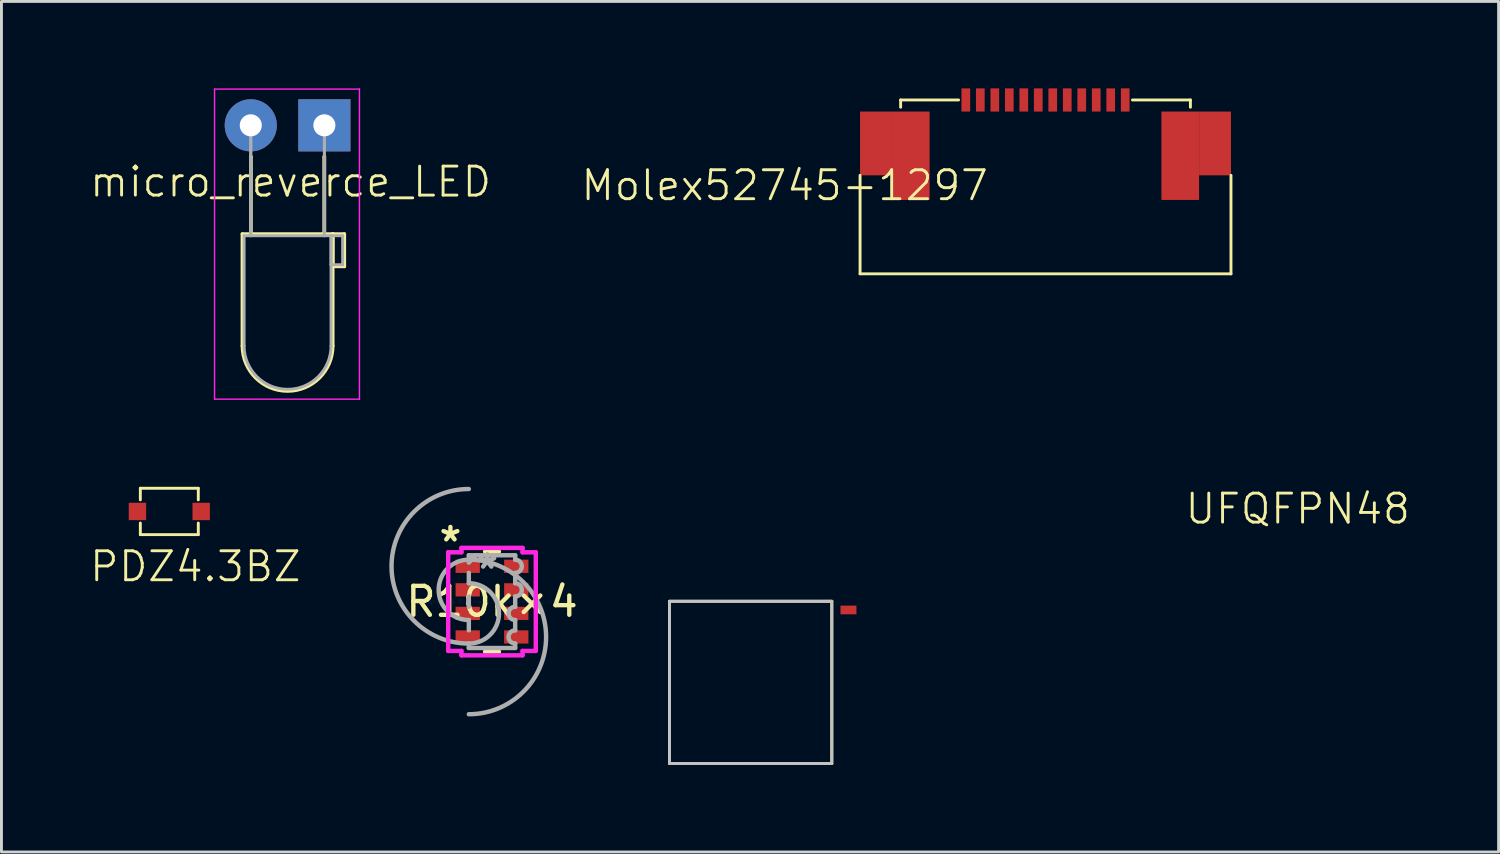
<source format=kicad_pcb>
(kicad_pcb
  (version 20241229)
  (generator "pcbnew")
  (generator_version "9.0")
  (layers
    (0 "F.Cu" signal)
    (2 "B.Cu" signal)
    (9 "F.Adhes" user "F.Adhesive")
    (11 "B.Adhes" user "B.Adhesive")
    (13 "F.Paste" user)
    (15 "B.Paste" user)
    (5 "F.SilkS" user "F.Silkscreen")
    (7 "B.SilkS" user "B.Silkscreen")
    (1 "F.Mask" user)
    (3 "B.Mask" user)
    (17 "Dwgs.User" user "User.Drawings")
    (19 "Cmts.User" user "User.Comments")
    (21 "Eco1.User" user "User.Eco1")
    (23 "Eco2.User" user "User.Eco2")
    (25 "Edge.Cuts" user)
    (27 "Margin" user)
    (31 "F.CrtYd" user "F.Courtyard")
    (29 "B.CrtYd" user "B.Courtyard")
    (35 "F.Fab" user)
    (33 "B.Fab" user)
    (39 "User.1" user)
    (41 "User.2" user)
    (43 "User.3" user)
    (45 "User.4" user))
  (footprint "Molex52745-1297"
    (layer "F.Cu")
    (at 33.031 0.9)
    (property "Reference" "Molex52745-1297" (at -9 2.45 0) (layer "F.SilkS") (effects (font (size 1 1) (thickness 0.1))))
    (attr through_hole)
    (fp_line (start -6.4 2.1) (end -6.4 5.5) (stroke (width 0.1) (type solid)) (layer "F.SilkS"))
    (fp_line (start -6.4 5.5) (end 6.4 5.5) (stroke (width 0.1) (type solid)) (layer "F.SilkS"))
    (fp_line (start -5 -0.5) (end -5 -0.25) (stroke (width 0.1) (type solid)) (layer "F.SilkS"))
    (fp_line (start -3 -0.5) (end -5 -0.5) (stroke (width 0.1) (type solid)) (layer "F.SilkS"))
    (fp_line (start 3 -0.5) (end 5 -0.5) (stroke (width 0.1) (type solid)) (layer "F.SilkS"))
    (fp_line (start 5 -0.5) (end 5 -0.25) (stroke (width 0.1) (type solid)) (layer "F.SilkS"))
    (fp_line (start 6.4 2.1) (end 6.4 5.5) (stroke (width 0.1) (type solid)) (layer "F.SilkS"))
    (pad "" smd custom (at -5.85 1) (size 1.1 2.2) (layers "F.Cu" "F.Mask" "F.Paste") (options (anchor rect)) (primitives))
    (pad "" smd custom (at -4.65 1.425) (size 1.3 3.05) (layers "F.Cu" "F.Mask" "F.Paste") (options (anchor rect)) (primitives))
    (pad "" smd custom (at 4.65 1.425) (size 1.3 3.05) (layers "F.Cu" "F.Mask" "F.Paste") (options (anchor rect)) (primitives))
    (pad "" smd custom (at 5.85 1) (size 1.1 2.2) (layers "F.Cu" "F.Mask" "F.Paste") (options (anchor rect)) (primitives))
    (pad "1" smd custom (at 2.75 -0.5) (size 0.3 0.8) (layers "F.Cu" "F.Mask" "F.Paste") (options (anchor rect)) (primitives))
    (pad "2" smd custom (at 2.25 -0.5) (size 0.3 0.8) (layers "F.Cu" "F.Mask" "F.Paste") (options (anchor rect)) (primitives))
    (pad "3" smd custom (at 1.75 -0.5) (size 0.3 0.8) (layers "F.Cu" "F.Mask" "F.Paste") (options (anchor rect)) (primitives))
    (pad "4" smd custom (at 1.25 -0.5) (size 0.3 0.8) (layers "F.Cu" "F.Mask" "F.Paste") (options (anchor rect)) (primitives))
    (pad "5" smd custom (at 0.75 -0.5) (size 0.3 0.8) (layers "F.Cu" "F.Mask" "F.Paste") (options (anchor rect)) (primitives))
    (pad "6" smd custom (at 0.25 -0.5) (size 0.3 0.8) (layers "F.Cu" "F.Mask" "F.Paste") (options (anchor rect)) (primitives))
    (pad "7" smd custom (at -0.25 -0.5) (size 0.3 0.8) (layers "F.Cu" "F.Mask" "F.Paste") (options (anchor rect)) (primitives))
    (pad "8" smd custom (at -0.75 -0.5) (size 0.3 0.8) (layers "F.Cu" "F.Mask" "F.Paste") (options (anchor rect)) (primitives))
    (pad "9" smd custom (at -1.25 -0.5) (size 0.3 0.8) (layers "F.Cu" "F.Mask" "F.Paste") (options (anchor rect)) (primitives))
    (pad "10" smd custom (at -1.75 -0.5) (size 0.3 0.8) (layers "F.Cu" "F.Mask" "F.Paste") (options (anchor rect)) (primitives))
    (pad "11" smd custom (at -2.25 -0.5) (size 0.3 0.8) (layers "F.Cu" "F.Mask" "F.Paste") (options (anchor rect)) (primitives))
    (pad "12" smd custom (at -2.75 -0.5) (size 0.3 0.8) (layers "F.Cu" "F.Mask" "F.Paste") (options (anchor rect)) (primitives)))
  (footprint "micro_reverce_LED"
    (layer "F.Cu")
    (at 5.604 1.275)
    (property "Reference" "micro_reverce_LED" (at 1.375 1.95 0) (layer "F.SilkS") (effects (font (size 1 1) (thickness 0.1))))
    (attr through_hole)
    (fp_line (start -0.29 3.75) (end -0.29 7.61) (stroke (width 0.12) (type solid)) (layer "F.SilkS"))
    (fp_line (start -0.29 3.75) (end 2.83 3.75) (stroke (width 0.12) (type solid)) (layer "F.SilkS"))
    (fp_line (start 0 1.08) (end 0 1.08) (stroke (width 0.12) (type solid)) (layer "F.SilkS"))
    (fp_line (start 0 1.08) (end 0 3.75) (stroke (width 0.12) (type solid)) (layer "F.SilkS"))
    (fp_line (start 0 3.75) (end 0 1.08) (stroke (width 0.12) (type solid)) (layer "F.SilkS"))
    (fp_line (start 0 3.75) (end 0 3.75) (stroke (width 0.12) (type solid)) (layer "F.SilkS"))
    (fp_line (start 2.54 1.08) (end 2.54 1.08) (stroke (width 0.12) (type solid)) (layer "F.SilkS"))
    (fp_line (start 2.54 1.08) (end 2.54 3.75) (stroke (width 0.12) (type solid)) (layer "F.SilkS"))
    (fp_line (start 2.54 3.75) (end 2.54 1.08) (stroke (width 0.12) (type solid)) (layer "F.SilkS"))
    (fp_line (start 2.54 3.75) (end 2.54 3.75) (stroke (width 0.12) (type solid)) (layer "F.SilkS"))
    (fp_line (start 2.83 3.75) (end 2.83 7.61) (stroke (width 0.12) (type solid)) (layer "F.SilkS"))
    (fp_line (start 2.83 3.75) (end 3.23 3.75) (stroke (width 0.12) (type solid)) (layer "F.SilkS"))
    (fp_line (start 2.83 4.87) (end 2.83 3.75) (stroke (width 0.12) (type solid)) (layer "F.SilkS"))
    (fp_line (start 3.23 3.75) (end 3.23 4.87) (stroke (width 0.12) (type solid)) (layer "F.SilkS"))
    (fp_line (start 3.23 4.87) (end 2.83 4.87) (stroke (width 0.12) (type solid)) (layer "F.SilkS"))
    (fp_arc (start 2.83 7.61) (mid 1.27 9.17) (end -0.29 7.61) (stroke (width 0.12) (type solid)) (layer "F.SilkS"))
    (fp_line (start -1.25 -1.25) (end -1.25 9.45) (stroke (width 0.05) (type solid)) (layer "F.CrtYd"))
    (fp_line (start -1.25 9.45) (end 3.75 9.45) (stroke (width 0.05) (type solid)) (layer "F.CrtYd"))
    (fp_line (start 3.75 -1.25) (end -1.25 -1.25) (stroke (width 0.05) (type solid)) (layer "F.CrtYd"))
    (fp_line (start 3.75 9.45) (end 3.75 -1.25) (stroke (width 0.05) (type solid)) (layer "F.CrtYd"))
    (fp_line (start -0.23 3.81) (end -0.23 7.61) (stroke (width 0.1) (type solid)) (layer "F.Fab"))
    (fp_line (start -0.23 3.81) (end 2.77 3.81) (stroke (width 0.1) (type solid)) (layer "F.Fab"))
    (fp_line (start 0 0) (end 0 0) (stroke (width 0.1) (type solid)) (layer "F.Fab"))
    (fp_line (start 0 0) (end 0 3.81) (stroke (width 0.1) (type solid)) (layer "F.Fab"))
    (fp_line (start 0 3.81) (end 0 0) (stroke (width 0.1) (type solid)) (layer "F.Fab"))
    (fp_line (start 0 3.81) (end 0 3.81) (stroke (width 0.1) (type solid)) (layer "F.Fab"))
    (fp_line (start 2.54 0) (end 2.54 0) (stroke (width 0.1) (type solid)) (layer "F.Fab"))
    (fp_line (start 2.54 0) (end 2.54 3.81) (stroke (width 0.1) (type solid)) (layer "F.Fab"))
    (fp_line (start 2.54 3.81) (end 2.54 0) (stroke (width 0.1) (type solid)) (layer "F.Fab"))
    (fp_line (start 2.54 3.81) (end 2.54 3.81) (stroke (width 0.1) (type solid)) (layer "F.Fab"))
    (fp_line (start 2.77 3.81) (end 2.77 7.61) (stroke (width 0.1) (type solid)) (layer "F.Fab"))
    (fp_line (start 2.77 3.81) (end 3.17 3.81) (stroke (width 0.1) (type solid)) (layer "F.Fab"))
    (fp_line (start 2.77 4.81) (end 2.77 3.81) (stroke (width 0.1) (type solid)) (layer "F.Fab"))
    (fp_line (start 3.17 3.81) (end 3.17 4.81) (stroke (width 0.1) (type solid)) (layer "F.Fab"))
    (fp_line (start 3.17 4.81) (end 2.77 4.81) (stroke (width 0.1) (type solid)) (layer "F.Fab"))
    (fp_arc (start 2.77 7.61) (mid 1.27 9.11) (end -0.23 7.61) (stroke (width 0.1) (type solid)) (layer "F.Fab"))
    (pad "1" thru_hole rect (at 2.54 0) (size 1.8 1.8) (drill 0.762) (layers "*.Cu" "*.Mask"))
    (pad "2" thru_hole circle (at 0 0) (size 1.8 1.8) (drill 0.762) (layers "*.Cu" "*.Mask")))
  (footprint "R10k×4"
    (layer "F.Cu")
    (at 13.929 17.712)
    (property "Reference" "R10k×4" (at 0 0 0) (layer "F.SilkS") (effects (font (size 1 1) (thickness 0.15))))
    (attr through_hole)
    (fp_line (start -0.238 -1.727) (end 0.238 -1.727) (stroke (width 0.152) (type solid)) (layer "F.SilkS"))
    (fp_line (start -0.238 1.727) (end 0.238 1.727) (stroke (width 0.152) (type solid)) (layer "F.SilkS"))
    (fp_line (start -1.511 -1.702) (end -1.054 -1.702) (stroke (width 0.152) (type solid)) (layer "F.CrtYd"))
    (fp_line (start -1.511 1.702) (end -1.511 -1.702) (stroke (width 0.152) (type solid)) (layer "F.CrtYd"))
    (fp_line (start -1.054 -1.854) (end 1.054 -1.854) (stroke (width 0.152) (type solid)) (layer "F.CrtYd"))
    (fp_line (start -1.054 -1.702) (end -1.054 -1.854) (stroke (width 0.152) (type solid)) (layer "F.CrtYd"))
    (fp_line (start -1.054 1.702) (end -1.511 1.702) (stroke (width 0.152) (type solid)) (layer "F.CrtYd"))
    (fp_line (start -1.054 1.854) (end -1.054 1.702) (stroke (width 0.152) (type solid)) (layer "F.CrtYd"))
    (fp_line (start 1.054 -1.854) (end 1.054 -1.702) (stroke (width 0.152) (type solid)) (layer "F.CrtYd"))
    (fp_line (start 1.054 -1.702) (end 1.511 -1.702) (stroke (width 0.152) (type solid)) (layer "F.CrtYd"))
    (fp_line (start 1.054 1.702) (end 1.054 1.854) (stroke (width 0.152) (type solid)) (layer "F.CrtYd"))
    (fp_line (start 1.054 1.854) (end -1.054 1.854) (stroke (width 0.152) (type solid)) (layer "F.CrtYd"))
    (fp_line (start 1.511 -1.702) (end 1.511 1.702) (stroke (width 0.152) (type solid)) (layer "F.CrtYd"))
    (fp_line (start 1.511 1.702) (end 1.054 1.702) (stroke (width 0.152) (type solid)) (layer "F.CrtYd"))
    (fp_line (start -0.8 -1.6) (end 0.8 -1.6) (stroke (width 0.152) (type solid)) (layer "F.Fab"))
    (fp_line (start -0.8 -1.448) (end -0.8 -1.6) (stroke (width 0.152) (type solid)) (layer "F.Fab"))
    (fp_line (start -0.8 -0.991) (end -0.8 -0.635) (stroke (width 0.152) (type solid)) (layer "F.Fab"))
    (fp_line (start -0.8 -0.178) (end -0.8 0.178) (stroke (width 0.152) (type solid)) (layer "F.Fab"))
    (fp_line (start -0.8 0.635) (end -0.8 0.991) (stroke (width 0.152) (type solid)) (layer "F.Fab"))
    (fp_line (start -0.8 1.448) (end -0.8 1.6) (stroke (width 0.152) (type solid)) (layer "F.Fab"))
    (fp_line (start -0.8 1.6) (end 0.8 1.6) (stroke (width 0.152) (type solid)) (layer "F.Fab"))
    (fp_line (start -0.546 -1.6) (end -0.8 -1.346) (stroke (width 0.152) (type solid)) (layer "F.Fab"))
    (fp_line (start 0.8 -1.448) (end 0.8 -1.6) (stroke (width 0.152) (type solid)) (layer "F.Fab"))
    (fp_line (start 0.8 -0.991) (end 0.8 -0.635) (stroke (width 0.152) (type solid)) (layer "F.Fab"))
    (fp_line (start 0.8 -0.178) (end 0.8 0.178) (stroke (width 0.152) (type solid)) (layer "F.Fab"))
    (fp_line (start 0.8 0.635) (end 0.8 0.991) (stroke (width 0.152) (type solid)) (layer "F.Fab"))
    (fp_line (start 0.8 1.448) (end 0.8 1.6) (stroke (width 0.152) (type solid)) (layer "F.Fab"))
    (fp_arc (start -0.8001 -1.4478) (mid 1.8669 1.2192) (end -0.8001 3.8862) (stroke (width 0.1524) (type solid)) (layer "F.Fab"))
    (fp_arc (start -0.8001 -0.635) (mid 0.2413 0.4064) (end -0.8001 1.4478) (stroke (width 0.1524) (type solid)) (layer "F.Fab"))
    (fp_arc (start -0.8001 0.635) (mid -1.8415 -0.4064) (end -0.8001 -1.4478) (stroke (width 0.1524) (type solid)) (layer "F.Fab"))
    (fp_arc (start -0.8001 1.4478) (mid -3.4671 -1.2192) (end -0.8001 -3.8862) (stroke (width 0.1524) (type solid)) (layer "F.Fab"))
    (fp_arc (start 0.8001 -1.4478) (mid 1.0287 -1.2192) (end 0.8001 -0.9906) (stroke (width 0.1524) (type solid)) (layer "F.Fab"))
    (fp_arc (start 0.8001 -0.635) (mid 1.0287 -0.4064) (end 0.8001 -0.1778) (stroke (width 0.1524) (type solid)) (layer "F.Fab"))
    (fp_arc (start 0.8001 0.635) (mid 0.5715 0.4064) (end 0.8001 0.1778) (stroke (width 0.1524) (type solid)) (layer "F.Fab"))
    (fp_arc (start 0.8001 1.4478) (mid 0.5715 1.2192) (end 0.8001 0.9906) (stroke (width 0.1524) (type solid)) (layer "F.Fab"))
    (fp_text user "*" (at -1.435 -2.032 0) (layer "F.SilkS") (effects (font (size 1 1) (thickness 0.15))))
    (fp_text user "Copyright 2016 Accelerated Designs. All rights reserved." (at 0 0 0) (layer "Cmts.User") (effects (font (size 0.127 0.127) (thickness 0.002))))
    (fp_text user "*" (at -0.165 -1.092 0) (layer "F.Fab") (effects (font (size 1 1) (thickness 0.15))))
    (pad "1" smd rect (at -0.838 -1.219) (size 0.838 0.457) (layers "F.Cu" "F.Mask" "F.Paste"))
    (pad "2" smd rect (at -0.838 -0.406) (size 0.838 0.457) (layers "F.Cu" "F.Mask" "F.Paste"))
    (pad "3" smd rect (at -0.838 0.406) (size 0.838 0.457) (layers "F.Cu" "F.Mask" "F.Paste"))
    (pad "4" smd rect (at -0.838 1.219) (size 0.838 0.457) (layers "F.Cu" "F.Mask" "F.Paste"))
    (pad "5" smd rect (at 0.838 1.219) (size 0.838 0.457) (layers "F.Cu" "F.Mask" "F.Paste"))
    (pad "6" smd rect (at 0.838 0.406) (size 0.838 0.457) (layers "F.Cu" "F.Mask" "F.Paste"))
    (pad "7" smd rect (at 0.838 -0.406) (size 0.838 0.457) (layers "F.Cu" "F.Mask" "F.Paste"))
    (pad "8" smd rect (at 0.838 -1.219) (size 0.838 0.457) (layers "F.Cu" "F.Mask" "F.Paste")))
  (footprint "PDZ4.3BZ"
    (layer "F.Cu")
    (at 2.793 14.6)
    (property "Reference" "PDZ4.3BZ" (at 0.9 1.9 0) (layer "F.SilkS") (effects (font (size 1 1) (thickness 0.1))))
    (attr through_hole)
    (fp_line (start -1 -0.8) (end 1 -0.8) (stroke (width 0.1) (type solid)) (layer "F.SilkS"))
    (fp_line (start -1 -0.4) (end -1 -0.8) (stroke (width 0.1) (type solid)) (layer "F.SilkS"))
    (fp_line (start -1 0.4) (end -1 0.8) (stroke (width 0.1) (type solid)) (layer "F.SilkS"))
    (fp_line (start -1 0.8) (end 1 0.8) (stroke (width 0.1) (type solid)) (layer "F.SilkS"))
    (fp_line (start 1 -0.8) (end 1 -0.4) (stroke (width 0.1) (type solid)) (layer "F.SilkS"))
    (fp_line (start 1 0.8) (end 1 0.4) (stroke (width 0.1) (type solid)) (layer "F.SilkS"))
    (pad "1" smd custom (at 1.1 0) (size 0.6 0.6) (layers "F.Cu" "F.Mask" "F.Paste") (options (anchor rect)) (primitives))
    (pad "2" smd custom (at -1.1 0) (size 0.6 0.6) (layers "F.Cu" "F.Mask" "F.Paste") (options (anchor rect)) (primitives)))
  (footprint "UFQFPN48"
    (layer "F.Cu")
    (at 22.856 20.5)
    (property "Reference" "UFQFPN48" (at 18.88 -5.99 0) (layer "F.SilkS") (effects (font (size 1 1) (thickness 0.1))))
    (attr through_hole)
    (fp_line (start -2.8 -2.8) (end -2.8 2.8) (stroke (width 0.1) (type solid)) (layer "F.SilkS"))
    (fp_line (start -2.8 2.8) (end 0 2.8) (stroke (width 0.1) (type solid)) (layer "F.SilkS"))
    (fp_line (start 0 2.8) (end 2.8 2.8) (stroke (width 0.1) (type solid)) (layer "F.SilkS"))
    (fp_line (start 2.8 -2.8) (end -2.8 -2.8) (stroke (width 0.1) (type solid)) (layer "F.SilkS"))
    (fp_line (start 2.8 2.8) (end 2.8 -2.8) (stroke (width 0.1) (type solid)) (layer "F.SilkS"))
    (fp_poly (pts (xy -2.8 -2.8) (xy -2.8 2.8) (xy 2.8 2.8) (xy 2.8 -2.8)) (stroke (width 0.1) (type solid)) (fill no) (layer "Dwgs.User"))
    (pad "1" smd custom (at 3.375 -2.5) (size 0.55 0.3) (layers "F.Cu" "F.Mask" "F.Paste") (options (anchor rect)) (primitives)))
  (gr_rect
    (start -3 -3)
    (end 48.667 26.351)
    (stroke (width 0.1) (type default))
    (fill no)
    (layer "Edge.Cuts")))
</source>
